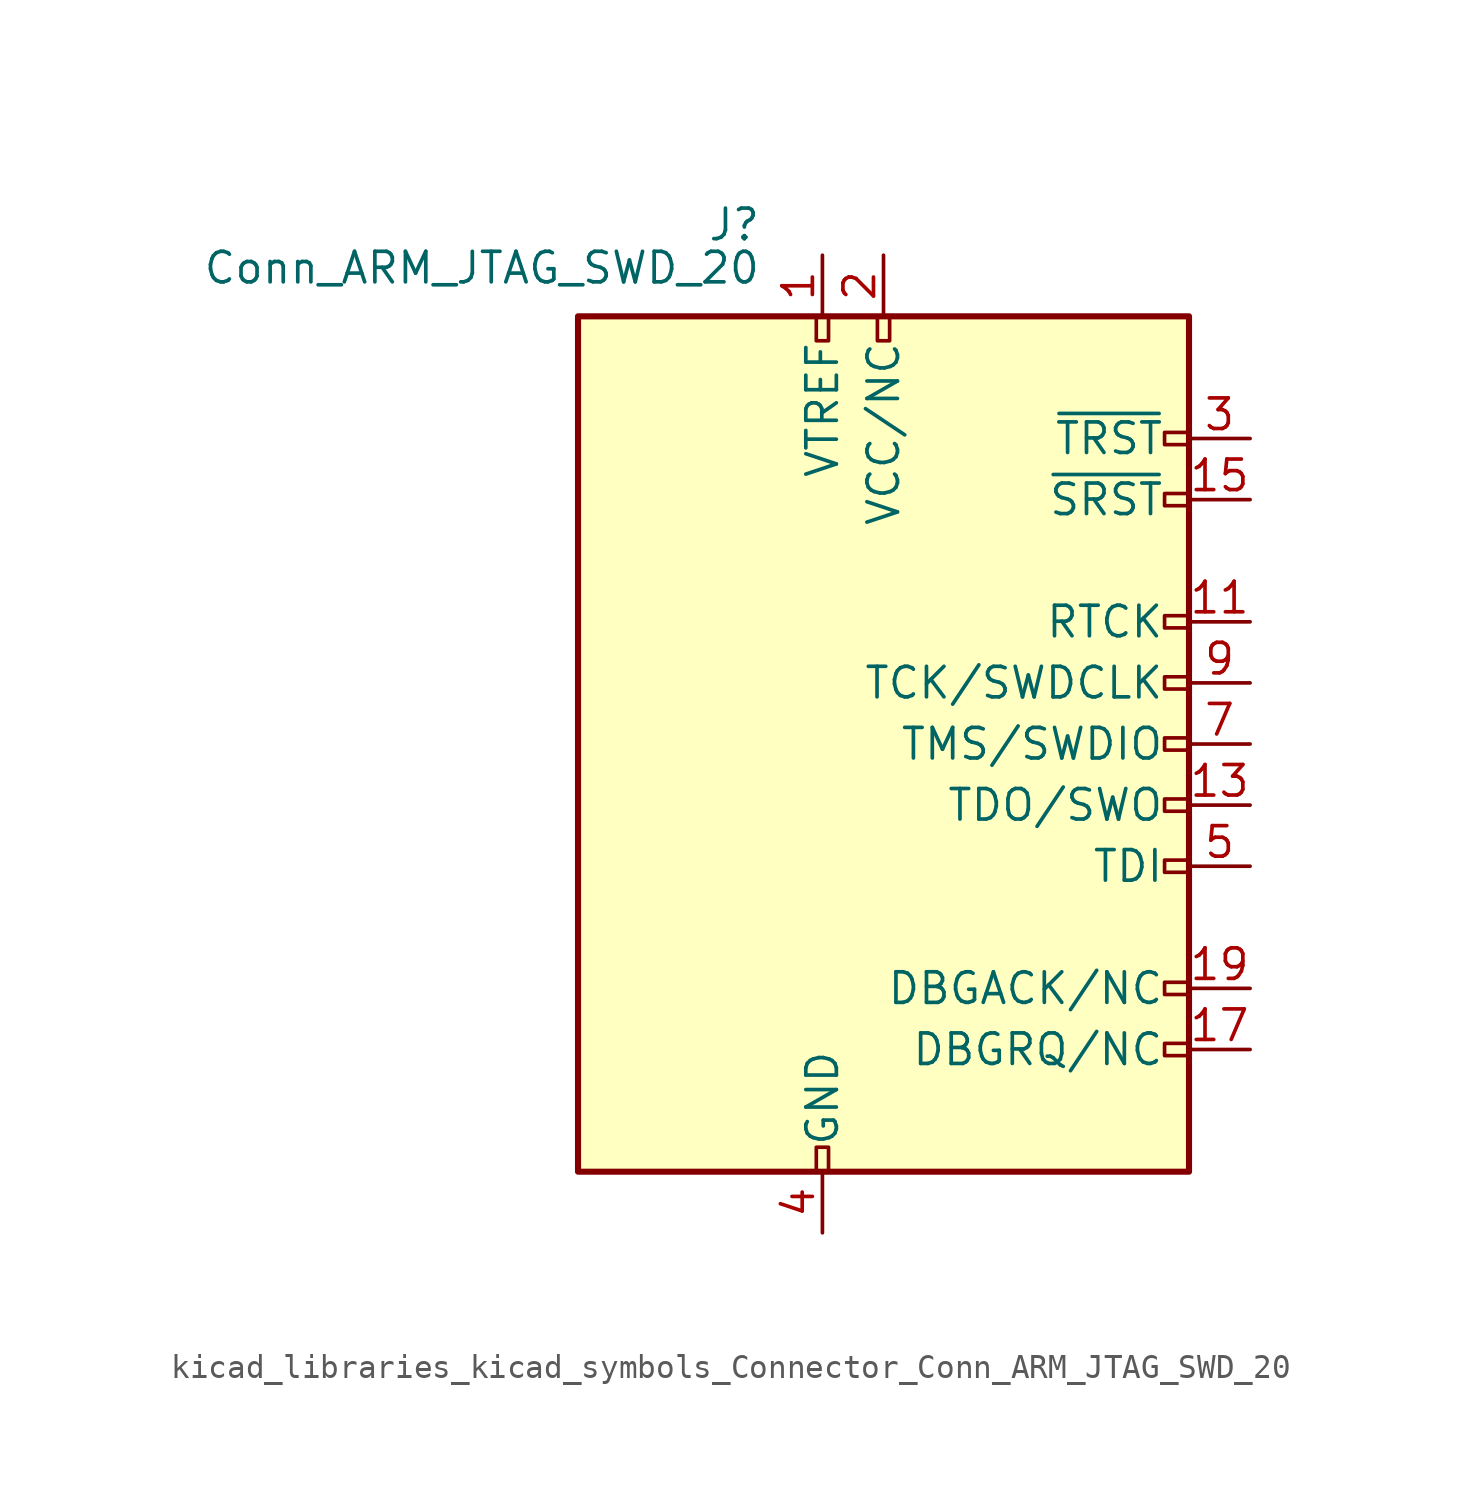
<source format=kicad_sym>
(kicad_symbol_lib
  (version 20220914)
  (generator kicad_symbol_editor)
  (symbol "kicad_libraries_kicad_symbols_Connector_Conn_ARM_JTAG_SWD_20"
    (pin_names
      (offset 1.016))
    (property "Reference" "J"
      (at -5.08 21.59 0)
      (effects (font (size 1.27 1.27)) (justify right)))
    (property "Value" "Conn_ARM_JTAG_SWD_20"
      (at -5.08 19.05 0)
      (effects (font (size 1.27 1.27)) (justify right bottom)))
    (symbol "kicad_libraries_kicad_symbols_Connector_Conn_ARM_JTAG_SWD_20_0_1"
      (rectangle (start -12.7 17.78) (end 12.7 -17.78) (stroke (width 0.254) (type default)) (fill (type background)))
      (rectangle (start -2.794 -17.78) (end -2.286 -16.764) (stroke (width 0) (type default)) (fill (type none)))
      (rectangle (start -2.794 17.78) (end -2.286 16.764) (stroke (width 0) (type default)) (fill (type none)))
      (rectangle (start -0.254 17.78) (end 0.254 16.764) (stroke (width 0) (type default)) (fill (type none)))
      (rectangle (start 11.684 2.286) (end 12.7 2.794) (stroke (width 0) (type default)) (fill (type none)))
      (rectangle (start 12.7 -12.446) (end 11.684 -12.954) (stroke (width 0) (type default)) (fill (type none)))
      (rectangle (start 12.7 -9.906) (end 11.684 -10.414) (stroke (width 0) (type default)) (fill (type none)))
      (rectangle (start 12.7 -2.794) (end 11.684 -2.286) (stroke (width 0) (type default)) (fill (type none)))
      (rectangle (start 12.7 -0.254) (end 11.684 0.254) (stroke (width 0) (type default)) (fill (type none)))
      (rectangle (start 12.7 4.826) (end 11.684 5.334) (stroke (width 0) (type default)) (fill (type none)))
      (rectangle (start 12.7 10.414) (end 11.684 9.906) (stroke (width 0) (type default)) (fill (type none)))
      (rectangle (start 12.7 12.954) (end 11.684 12.446) (stroke (width 0) (type default)) (fill (type none))))
    (symbol "kicad_libraries_kicad_symbols_Connector_Conn_ARM_JTAG_SWD_20_1_1"
      (rectangle (start 11.684 -5.334) (end 12.7 -4.826) (stroke (width 0) (type default)) (fill (type none)))
      (pin power_in line (at -2.54 20.32 270) (length 2.54) (name "VTREF" (effects (font (size 1.27 1.27)))) (number "1" (effects (font (size 1.27 1.27)))))
      (pin passive line (at -2.54 -20.32 90) (length 2.54) hide (name "GND" (effects (font (size 1.27 1.27)))) (number "10" (effects (font (size 1.27 1.27)))))
      (pin input line (at 15.24 5.08 180) (length 2.54) (name "RTCK" (effects (font (size 1.27 1.27)))) (number "11" (effects (font (size 1.27 1.27)))))
      (pin passive line (at -2.54 -20.32 90) (length 2.54) hide (name "GND" (effects (font (size 1.27 1.27)))) (number "12" (effects (font (size 1.27 1.27)))))
      (pin input line (at 15.24 -2.54 180) (length 2.54) (name "TDO/SWO" (effects (font (size 1.27 1.27)))) (number "13" (effects (font (size 1.27 1.27)))))
      (pin passive line (at -2.54 -20.32 90) (length 2.54) hide (name "GND" (effects (font (size 1.27 1.27)))) (number "14" (effects (font (size 1.27 1.27)))))
      (pin bidirectional line (at 15.24 10.16 180) (length 2.54) (name "~{SRST}" (effects (font (size 1.27 1.27)))) (number "15" (effects (font (size 1.27 1.27)))))
      (pin passive line (at -2.54 -20.32 90) (length 2.54) hide (name "GND" (effects (font (size 1.27 1.27)))) (number "16" (effects (font (size 1.27 1.27)))))
      (pin output line (at 15.24 -12.7 180) (length 2.54) (name "DBGRQ/NC" (effects (font (size 1.27 1.27)))) (number "17" (effects (font (size 1.27 1.27)))))
      (pin passive line (at -2.54 -20.32 90) (length 2.54) hide (name "GND" (effects (font (size 1.27 1.27)))) (number "18" (effects (font (size 1.27 1.27)))))
      (pin input line (at 15.24 -10.16 180) (length 2.54) (name "DBGACK/NC" (effects (font (size 1.27 1.27)))) (number "19" (effects (font (size 1.27 1.27)))))
      (pin power_in line (at 0 20.32 270) (length 2.54) (name "VCC/NC" (effects (font (size 1.27 1.27)))) (number "2" (effects (font (size 1.27 1.27)))))
      (pin passive line (at -2.54 -20.32 90) (length 2.54) hide (name "GND" (effects (font (size 1.27 1.27)))) (number "20" (effects (font (size 1.27 1.27)))))
      (pin output line (at 15.24 12.7 180) (length 2.54) (name "~{TRST}" (effects (font (size 1.27 1.27)))) (number "3" (effects (font (size 1.27 1.27)))))
      (pin power_in line (at -2.54 -20.32 90) (length 2.54) (name "GND" (effects (font (size 1.27 1.27)))) (number "4" (effects (font (size 1.27 1.27)))))
      (pin output line (at 15.24 -5.08 180) (length 2.54) (name "TDI" (effects (font (size 1.27 1.27)))) (number "5" (effects (font (size 1.27 1.27)))))
      (pin passive line (at -2.54 -20.32 90) (length 2.54) hide (name "GND" (effects (font (size 1.27 1.27)))) (number "6" (effects (font (size 1.27 1.27)))))
      (pin output line (at 15.24 0 180) (length 2.54) (name "TMS/SWDIO" (effects (font (size 1.27 1.27)))) (number "7" (effects (font (size 1.27 1.27)))))
      (pin passive line (at -2.54 -20.32 90) (length 2.54) hide (name "GND" (effects (font (size 1.27 1.27)))) (number "8" (effects (font (size 1.27 1.27)))))
      (pin output line (at 15.24 2.54 180) (length 2.54) (name "TCK/SWDCLK" (effects (font (size 1.27 1.27)))) (number "9" (effects (font (size 1.27 1.27))))))))
</source>
